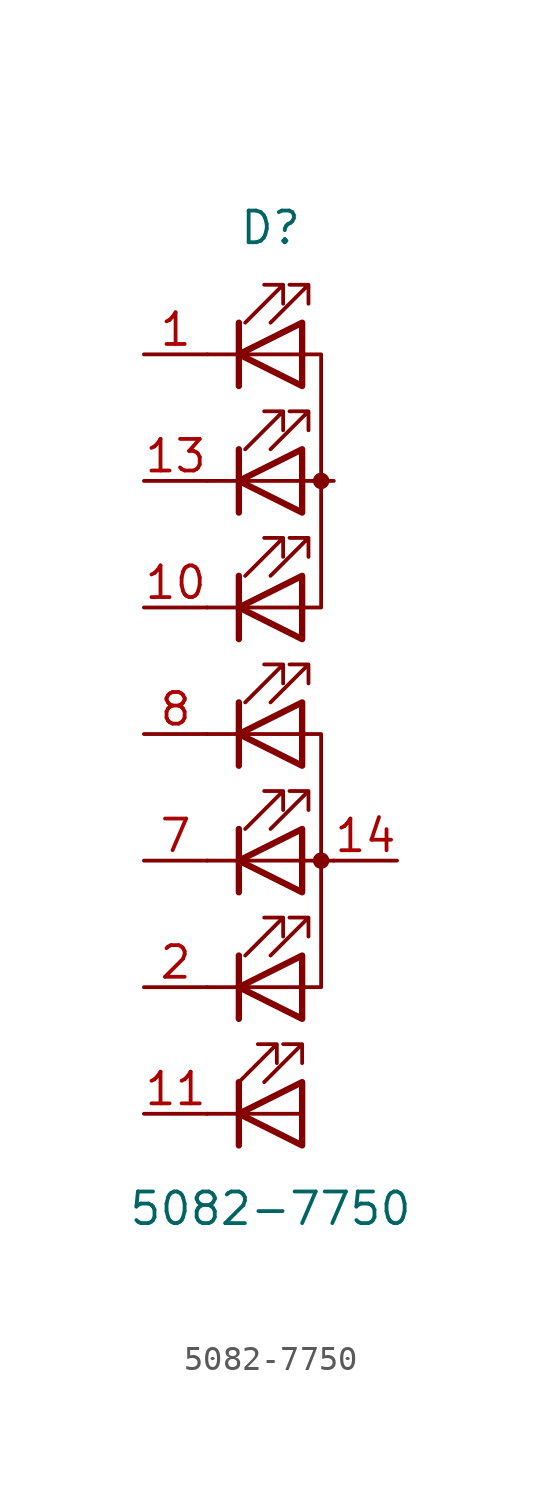
<source format=kicad_sym>
(kicad_symbol_lib
  (version 20220914)
  (generator kicad_symbol_editor)
  (symbol "5082-7750"
    (pin_names
      (offset 0) hide)
    (property "Reference" "D"
      (at 0 10.16 0)
      (effects (font (size 1.27 1.27))))
    (property "Value" "5082-7750"
      (at 0 -29.21 0)
      (effects (font (size 1.27 1.27))))
    (symbol "5082-7750_0_1"
      (polyline (pts (xy -2.54 -25.4) (xy 1.27 -25.4)) (stroke (width 0) (type default)) (fill (type none)))
      (polyline (pts (xy -2.54 -20.32) (xy 1.27 -20.32)) (stroke (width 0) (type default)) (fill (type none)))
      (polyline (pts (xy -2.54 -5.08) (xy 1.27 -5.08)) (stroke (width 0) (type default)) (fill (type none)))
      (polyline (pts (xy -1.27 -24.13) (xy -1.27 -26.67)) (stroke (width 0.254) (type default)) (fill (type none)))
      (polyline (pts (xy -1.27 -19.05) (xy -1.27 -21.59)) (stroke (width 0.254) (type default)) (fill (type none)))
      (polyline (pts (xy -1.27 -13.97) (xy -1.27 -16.51)) (stroke (width 0.254) (type default)) (fill (type none)))
      (polyline (pts (xy -1.27 -8.89) (xy -1.27 -11.43)) (stroke (width 0.254) (type default)) (fill (type none)))
      (polyline (pts (xy -1.27 -3.81) (xy -1.27 -6.35)) (stroke (width 0.254) (type default)) (fill (type none)))
      (polyline (pts (xy -1.27 1.27) (xy -1.27 -1.27)) (stroke (width 0.254) (type default)) (fill (type none)))
      (polyline (pts (xy -1.27 6.35) (xy -1.27 3.81)) (stroke (width 0.254) (type default)) (fill (type none)))
      (polyline (pts (xy 1.27 -10.16) (xy -2.54 -10.16)) (stroke (width 0) (type default)) (fill (type none)))
      (polyline (pts (xy 1.27 5.08) (xy -2.54 5.08)) (stroke (width 0) (type default)) (fill (type none)))
      (polyline (pts (xy 2.54 -15.24) (xy -2.54 -15.24)) (stroke (width 0) (type default)) (fill (type none)))
      (polyline (pts (xy 2.54 0) (xy -2.54 0)) (stroke (width 0) (type default)) (fill (type none)))
      (polyline (pts (xy 1.27 -24.13) (xy 1.27 -26.67) (xy -1.27 -25.4) (xy 1.27 -24.13)) (stroke (width 0.254) (type default)) (fill (type none)))
      (polyline (pts (xy 1.27 -20.32) (xy 2.032 -20.32) (xy 2.032 -10.16) (xy 1.27 -10.16)) (stroke (width 0) (type default)) (fill (type none)))
      (polyline (pts (xy 1.27 -19.05) (xy 1.27 -21.59) (xy -1.27 -20.32) (xy 1.27 -19.05)) (stroke (width 0.254) (type default)) (fill (type none)))
      (polyline (pts (xy 1.27 -13.97) (xy 1.27 -16.51) (xy -1.27 -15.24) (xy 1.27 -13.97)) (stroke (width 0.254) (type default)) (fill (type none)))
      (polyline (pts (xy 1.27 -8.89) (xy 1.27 -11.43) (xy -1.27 -10.16) (xy 1.27 -8.89)) (stroke (width 0.254) (type default)) (fill (type none)))
      (polyline (pts (xy 1.27 -5.08) (xy 2.032 -5.08) (xy 2.032 5.08) (xy 1.27 5.08)) (stroke (width 0) (type default)) (fill (type none)))
      (polyline (pts (xy 1.27 -3.81) (xy 1.27 -6.35) (xy -1.27 -5.08) (xy 1.27 -3.81)) (stroke (width 0.254) (type default)) (fill (type none)))
      (polyline (pts (xy 1.27 1.27) (xy 1.27 -1.27) (xy -1.27 0) (xy 1.27 1.27)) (stroke (width 0.254) (type default)) (fill (type none)))
      (polyline (pts (xy 1.27 6.35) (xy 1.27 3.81) (xy -1.27 5.08) (xy 1.27 6.35)) (stroke (width 0.254) (type default)) (fill (type none)))
      (polyline (pts (xy -1.27 -24.13) (xy 0.254 -22.606) (xy -0.508 -22.606) (xy 0.254 -22.606) (xy 0.254 -23.368)) (stroke (width 0) (type default)) (fill (type none)))
      (polyline (pts (xy -1.016 -19.05) (xy 0.508 -17.526) (xy -0.254 -17.526) (xy 0.508 -17.526) (xy 0.508 -18.288)) (stroke (width 0) (type default)) (fill (type none)))
      (polyline (pts (xy -1.016 -13.97) (xy 0.508 -12.446) (xy -0.254 -12.446) (xy 0.508 -12.446) (xy 0.508 -13.208)) (stroke (width 0) (type default)) (fill (type none)))
      (polyline (pts (xy -1.016 -8.89) (xy 0.508 -7.366) (xy -0.254 -7.366) (xy 0.508 -7.366) (xy 0.508 -8.128)) (stroke (width 0) (type default)) (fill (type none)))
      (polyline (pts (xy -1.016 -3.81) (xy 0.508 -2.286) (xy -0.254 -2.286) (xy 0.508 -2.286) (xy 0.508 -3.048)) (stroke (width 0) (type default)) (fill (type none)))
      (polyline (pts (xy -1.016 1.27) (xy 0.508 2.794) (xy -0.254 2.794) (xy 0.508 2.794) (xy 0.508 2.032)) (stroke (width 0) (type default)) (fill (type none)))
      (polyline (pts (xy -1.016 6.35) (xy 0.508 7.874) (xy -0.254 7.874) (xy 0.508 7.874) (xy 0.508 7.112)) (stroke (width 0) (type default)) (fill (type none)))
      (polyline (pts (xy -0.254 -24.13) (xy 1.27 -22.606) (xy 0.508 -22.606) (xy 1.27 -22.606) (xy 1.27 -23.368)) (stroke (width 0) (type default)) (fill (type none)))
      (polyline (pts (xy 0 -19.05) (xy 1.524 -17.526) (xy 0.762 -17.526) (xy 1.524 -17.526) (xy 1.524 -18.288)) (stroke (width 0) (type default)) (fill (type none)))
      (polyline (pts (xy 0 -13.97) (xy 1.524 -12.446) (xy 0.762 -12.446) (xy 1.524 -12.446) (xy 1.524 -13.208)) (stroke (width 0) (type default)) (fill (type none)))
      (polyline (pts (xy 0 -8.89) (xy 1.524 -7.366) (xy 0.762 -7.366) (xy 1.524 -7.366) (xy 1.524 -8.128)) (stroke (width 0) (type default)) (fill (type none)))
      (polyline (pts (xy 0 -3.81) (xy 1.524 -2.286) (xy 0.762 -2.286) (xy 1.524 -2.286) (xy 1.524 -3.048)) (stroke (width 0) (type default)) (fill (type none)))
      (polyline (pts (xy 0 1.27) (xy 1.524 2.794) (xy 0.762 2.794) (xy 1.524 2.794) (xy 1.524 2.032)) (stroke (width 0) (type default)) (fill (type none)))
      (polyline (pts (xy 0 6.35) (xy 1.524 7.874) (xy 0.762 7.874) (xy 1.524 7.874) (xy 1.524 7.112)) (stroke (width 0) (type default)) (fill (type none)))
      (rectangle (start 1.27 -8.89) (end 1.27 -8.89) (stroke (width 0) (type default)) (fill (type none)))
      (rectangle (start 1.27 6.35) (end 1.27 6.35) (stroke (width 0) (type default)) (fill (type none)))
      (circle (center 2.032 -15.24) (radius 0.254) (stroke (width 0) (type default)) (fill (type outline)))
      (circle (center 2.032 0) (radius 0.254) (stroke (width 0) (type default)) (fill (type outline))))
    (symbol "5082-7750_1_1"
      (pin input line (at -5.08 5.08 0) (length 2.54) (name "a" (effects (font (size 1.27 1.27)))) (number "1" (effects (font (size 1.27 1.27)))))
      (pin input line (at -5.08 -5.08 0) (length 2.54) (name "c" (effects (font (size 1.27 1.27)))) (number "10" (effects (font (size 1.27 1.27)))))
      (pin input line (at -5.08 -25.4 0) (length 2.54) (name "g" (effects (font (size 1.27 1.27)))) (number "11" (effects (font (size 1.27 1.27)))))
      (pin input line (at -5.08 0 0) (length 2.54) (name "b" (effects (font (size 1.27 1.27)))) (number "13" (effects (font (size 1.27 1.27)))))
      (pin output line (at 5.08 -15.24 180) (length 2.54) (name "x" (effects (font (size 1.27 1.27)))) (number "14" (effects (font (size 1.27 1.27)))))
      (pin input line (at -5.08 -20.32 0) (length 2.54) (name "f" (effects (font (size 1.27 1.27)))) (number "2" (effects (font (size 1.27 1.27)))))
      (pin input line (at -5.08 -15.24 0) (length 2.54) (name "e" (effects (font (size 1.27 1.27)))) (number "7" (effects (font (size 1.27 1.27)))))
      (pin input line (at -5.08 -10.16 0) (length 2.54) (name "d" (effects (font (size 1.27 1.27)))) (number "8" (effects (font (size 1.27 1.27))))))))
</source>
